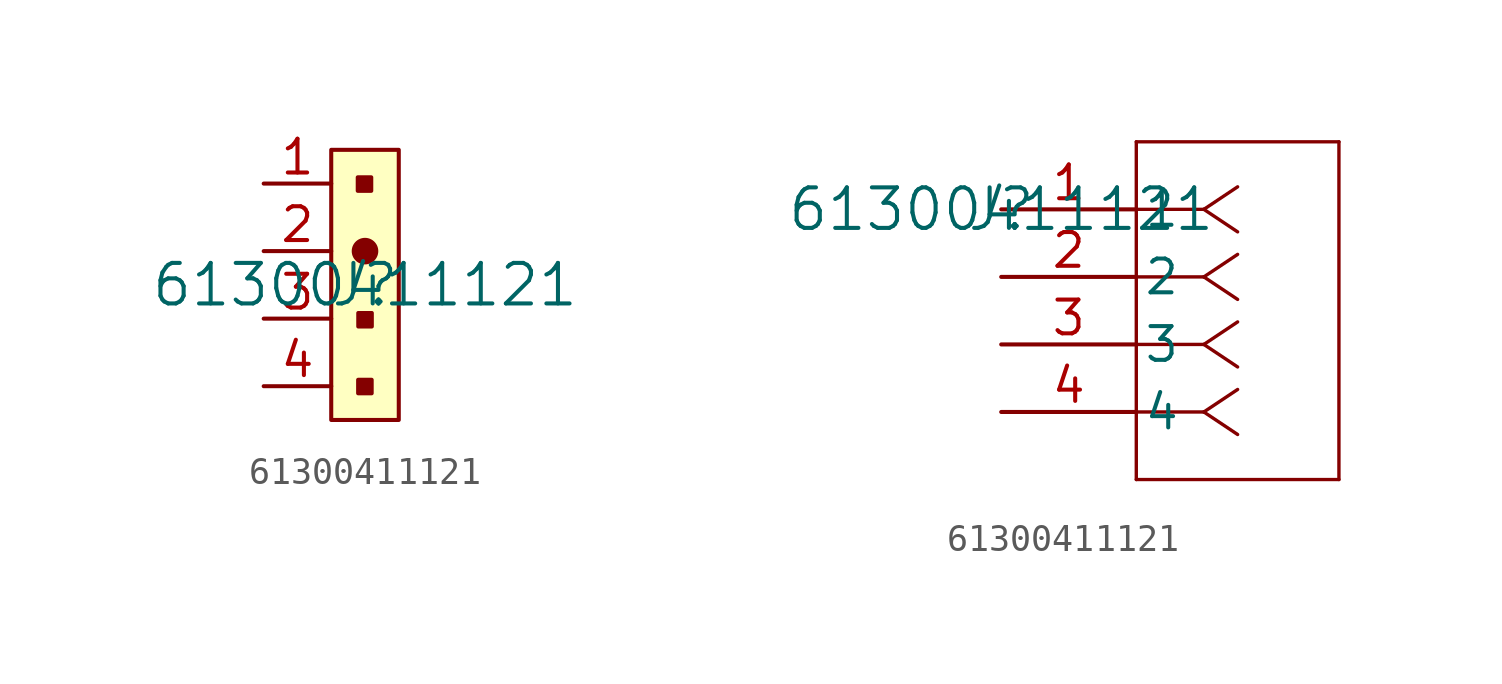
<source format=kicad_sym>
(kicad_symbol_lib
  (version 20220914)
  (generator kicad_symbol_editor)
  (symbol "61300411121"
    (pin_names
      (offset 0.254))
    (property "Reference" "J"
      (at 0 0 0)
      (effects (font (size 1.524 1.524))))
    (property "Value" "61300411121"
      (at 0 0 0)
      (effects (font (size 1.524 1.524))))
    (property "ki_locked" ""
      (at 0 0 0)
      (effects (font (size 1.27 1.27))))
    (symbol "61300411121_1_1"
      (rectangle (start -1.27 5.08) (end 1.27 -5.08) (stroke (width 0) (type default)) (fill (type background)))
      (rectangle (start -0.273 4.046) (end 0.235 3.538) (stroke (width 0) (type solid)) (fill (type outline)))
      (rectangle (start -0.258 -3.569) (end 0.251 -4.077) (stroke (width 0) (type solid)) (fill (type outline)))
      (rectangle (start -0.253 -1.057) (end 0.256 -1.565) (stroke (width 0) (type solid)) (fill (type outline)))
      (rectangle (start -0.25 1.502) (end 0.258 0.994) (stroke (width 0) (type solid)) (fill (type outline)))
      (rectangle (start 0 1.27) (end 0 1.27) (stroke (width 1) (type default)) (fill (type none)))
      (rectangle (start 0 3.81) (end 0 3.81) (stroke (width 0) (type default)) (fill (type none)))
      (pin unspecified line (at -3.81 3.81 0) (length 2.54) (name "" (effects (font (size 1.27 1.27)))) (number "1" (effects (font (size 1.27 1.27)))))
      (pin unspecified line (at -3.81 1.27 0) (length 2.54) (name "" (effects (font (size 1.27 1.27)))) (number "2" (effects (font (size 1.27 1.27)))))
      (pin unspecified line (at -3.81 -1.27 0) (length 2.54) (name "" (effects (font (size 1.27 1.27)))) (number "3" (effects (font (size 1.27 1.27)))))
      (pin unspecified line (at -3.81 -3.81 0) (length 2.54) (name "" (effects (font (size 1.27 1.27)))) (number "4" (effects (font (size 1.27 1.27))))))
    (symbol "61300411121_1_2"
      (polyline (pts (xy 5.08 -10.16) (xy 12.7 -10.16)) (stroke (width 0.127) (type default)) (fill (type none)))
      (polyline (pts (xy 5.08 2.54) (xy 5.08 -10.16)) (stroke (width 0.127) (type default)) (fill (type none)))
      (polyline (pts (xy 7.62 -7.62) (xy 5.08 -7.62)) (stroke (width 0.127) (type default)) (fill (type none)))
      (polyline (pts (xy 7.62 -7.62) (xy 8.89 -8.467)) (stroke (width 0.127) (type default)) (fill (type none)))
      (polyline (pts (xy 7.62 -7.62) (xy 8.89 -6.773)) (stroke (width 0.127) (type default)) (fill (type none)))
      (polyline (pts (xy 7.62 -5.08) (xy 5.08 -5.08)) (stroke (width 0.127) (type default)) (fill (type none)))
      (polyline (pts (xy 7.62 -5.08) (xy 8.89 -5.927)) (stroke (width 0.127) (type default)) (fill (type none)))
      (polyline (pts (xy 7.62 -5.08) (xy 8.89 -4.233)) (stroke (width 0.127) (type default)) (fill (type none)))
      (polyline (pts (xy 7.62 -2.54) (xy 5.08 -2.54)) (stroke (width 0.127) (type default)) (fill (type none)))
      (polyline (pts (xy 7.62 -2.54) (xy 8.89 -3.387)) (stroke (width 0.127) (type default)) (fill (type none)))
      (polyline (pts (xy 7.62 -2.54) (xy 8.89 -1.693)) (stroke (width 0.127) (type default)) (fill (type none)))
      (polyline (pts (xy 7.62 0) (xy 5.08 0)) (stroke (width 0.127) (type default)) (fill (type none)))
      (polyline (pts (xy 7.62 0) (xy 8.89 -0.847)) (stroke (width 0.127) (type default)) (fill (type none)))
      (polyline (pts (xy 7.62 0) (xy 8.89 0.847)) (stroke (width 0.127) (type default)) (fill (type none)))
      (polyline (pts (xy 12.7 -10.16) (xy 12.7 2.54)) (stroke (width 0.127) (type default)) (fill (type none)))
      (polyline (pts (xy 12.7 2.54) (xy 5.08 2.54)) (stroke (width 0.127) (type default)) (fill (type none)))
      (pin unspecified line (at 0 0 0) (length 5.08) (name "1" (effects (font (size 1.27 1.27)))) (number "1" (effects (font (size 1.27 1.27)))))
      (pin unspecified line (at 0 -2.54 0) (length 5.08) (name "2" (effects (font (size 1.27 1.27)))) (number "2" (effects (font (size 1.27 1.27)))))
      (pin unspecified line (at 0 -5.08 0) (length 5.08) (name "3" (effects (font (size 1.27 1.27)))) (number "3" (effects (font (size 1.27 1.27)))))
      (pin unspecified line (at 0 -7.62 0) (length 5.08) (name "4" (effects (font (size 1.27 1.27)))) (number "4" (effects (font (size 1.27 1.27))))))))
</source>
